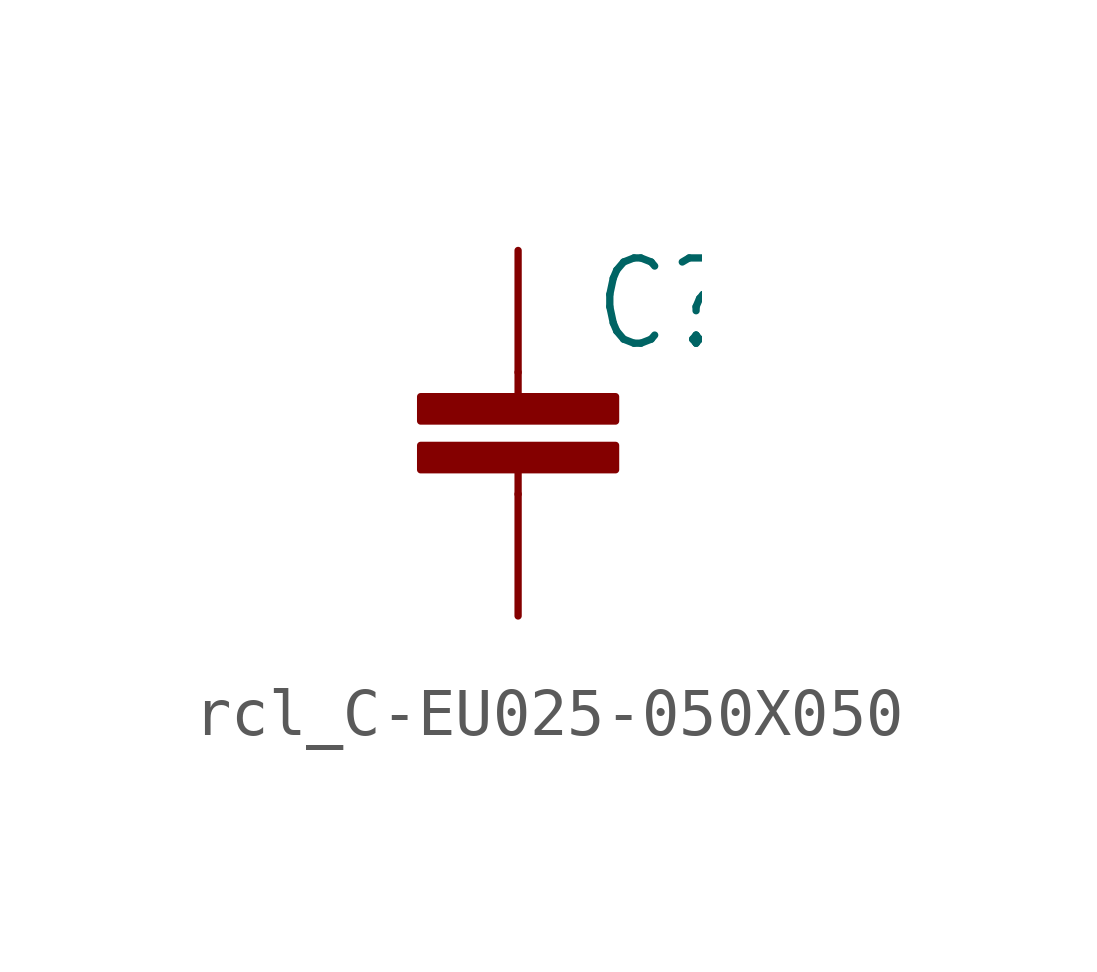
<source format=kicad_sym>
(kicad_symbol_lib
  (version 20241209)
  (generator "kicad_symbol_editor")
  (generator_version "9.0")
  (symbol "rcl_C-EU025-050X050"
    (property "Reference" "C"
      (at 1.524 0.381 0)
      (effects (font (size 1.778 1.511)) (justify left bottom)))
    (property "Value" ""
      (at 1.524 -4.699 0)
      (effects (font (size 1.778 1.511)) (justify left bottom)))
    (property "ki_locked" ""
      (at 0 0 0)
      (effects (font (size 1.27 1.27))))
    (symbol "rcl_C-EU025-050X050_1_0"
      (rectangle (start -2.032 -1.016) (end 2.032 -0.508) (stroke (width 0) (type default)) (fill (type outline)))
      (rectangle (start -2.032 -2.032) (end 2.032 -1.524) (stroke (width 0) (type default)) (fill (type outline)))
      (polyline (pts (xy 0 0) (xy 0 -0.508)) (stroke (width 0.152) (type solid)) (fill (type none)))
      (polyline (pts (xy 0 -2.54) (xy 0 -2.032)) (stroke (width 0.152) (type solid)) (fill (type none)))
      (pin passive line (at 0 2.54 270) (length 2.54) (name "1" (effects (font (size 0 0)))) (number "1" (effects (font (size 0 0)))))
      (pin passive line (at 0 -5.08 90) (length 2.54) (name "2" (effects (font (size 0 0)))) (number "2" (effects (font (size 0 0))))))))
</source>
